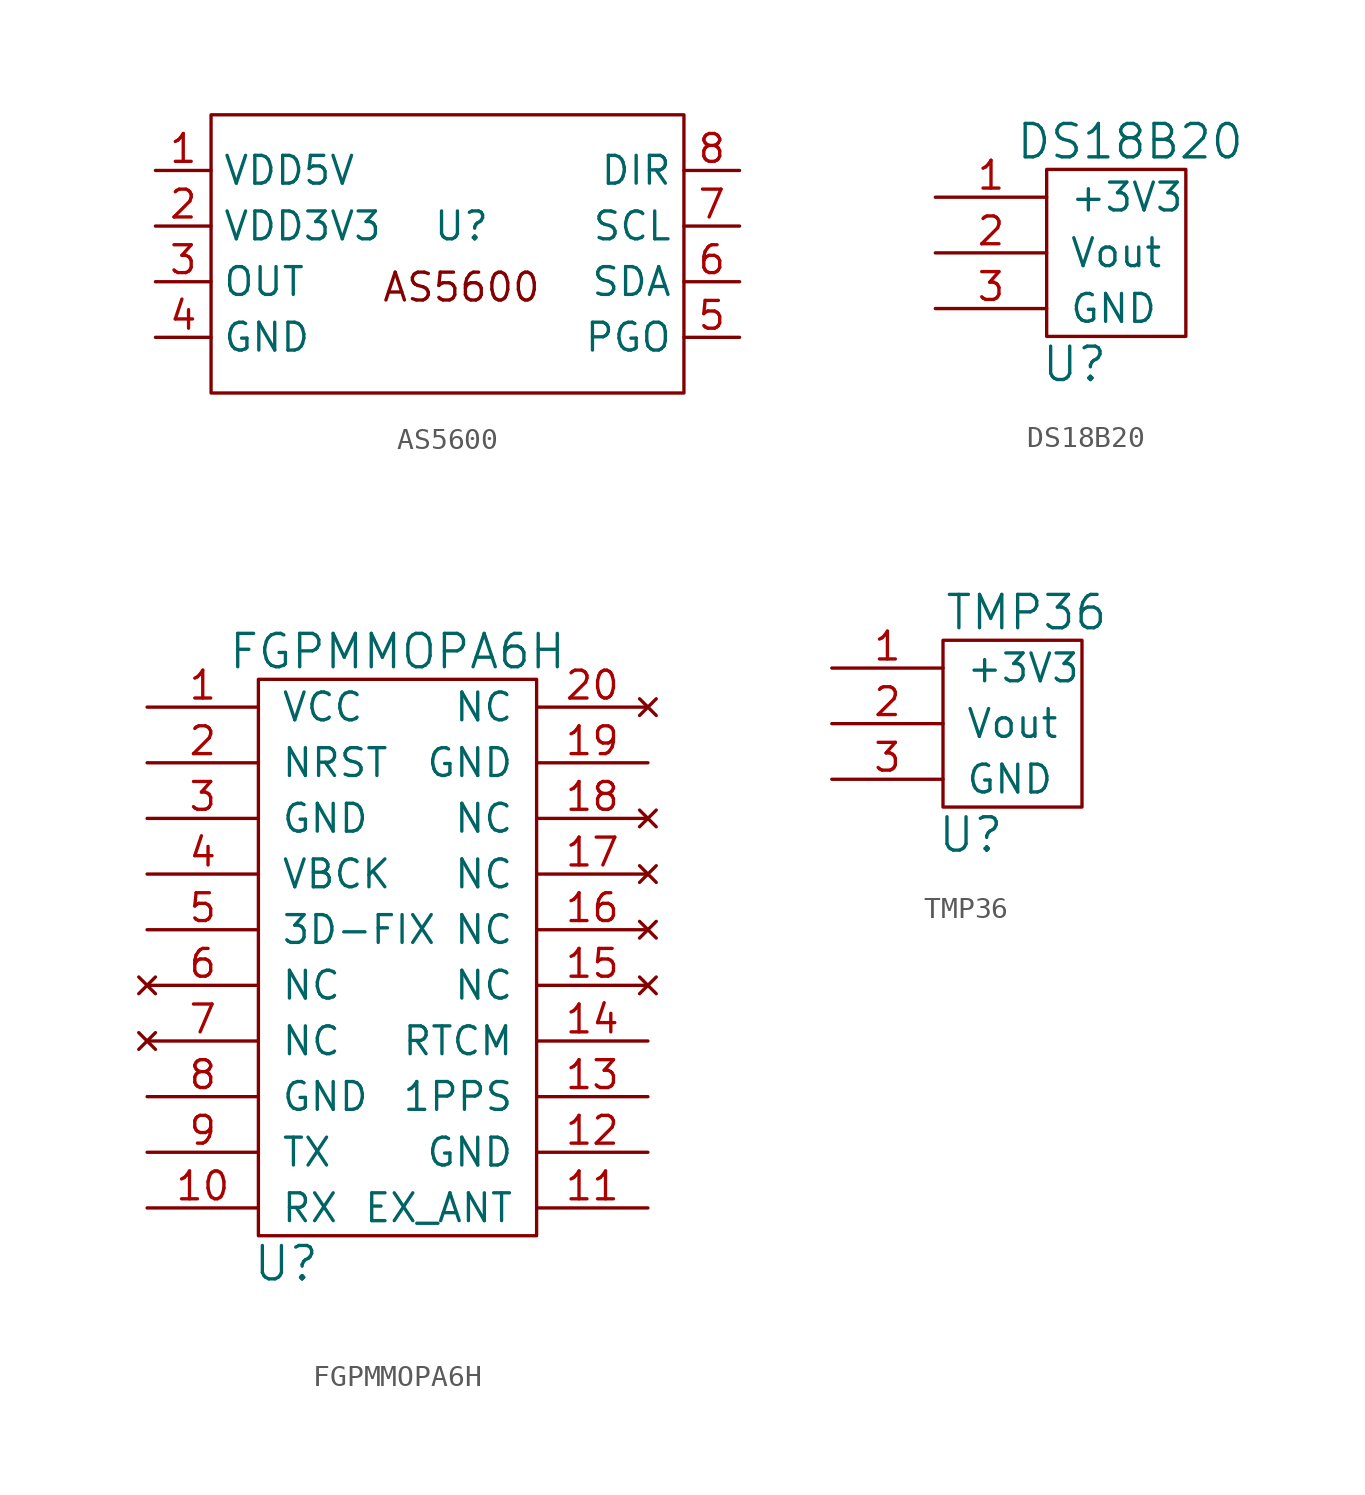
<source format=kicad_sym>
(kicad_symbol_lib
  (version 20231120)
  (generator "kicad_symbol_editor")
  (generator_version "8.0")
  (symbol "AS5600"
    (property "Reference" "U"
      (at 11.43 -5.08 0)
      (effects (font (size 1.27 1.27))))
    (property "Value" ""
      (at 0 -5.08 0)
      (effects (font (size 1.27 1.27))))
    (symbol "AS5600_0_1"
      (rectangle (start 0 0) (end 21.59 -12.7) (stroke (width 0) (type default)) (fill (type none))))
    (symbol "AS5600_1_1"
      (text "AS5600" (at 11.43 -7.874 0) (effects (font (size 1.27 1.27))))
      (pin power_in line (at -2.54 -2.54 0) (length 2.54) (name "VDD5V" (effects (font (size 1.27 1.27)))) (number "1" (effects (font (size 1.27 1.27)))))
      (pin power_in line (at -2.54 -5.08 0) (length 2.54) (name "VDD3V3" (effects (font (size 1.27 1.27)))) (number "2" (effects (font (size 1.27 1.27)))))
      (pin output line (at -2.54 -7.62 0) (length 2.54) (name "OUT" (effects (font (size 1.27 1.27)))) (number "3" (effects (font (size 1.27 1.27)))))
      (pin power_in line (at -2.54 -10.16 0) (length 2.54) (name "GND" (effects (font (size 1.27 1.27)))) (number "4" (effects (font (size 1.27 1.27)))))
      (pin input line (at 24.13 -10.16 180) (length 2.54) (name "PGO" (effects (font (size 1.27 1.27)))) (number "5" (effects (font (size 1.27 1.27)))))
      (pin bidirectional line (at 24.13 -7.62 180) (length 2.54) (name "SDA" (effects (font (size 1.27 1.27)))) (number "6" (effects (font (size 1.27 1.27)))))
      (pin input line (at 24.13 -5.08 180) (length 2.54) (name "SCL" (effects (font (size 1.27 1.27)))) (number "7" (effects (font (size 1.27 1.27)))))
      (pin input line (at 24.13 -2.54 180) (length 2.54) (name "DIR" (effects (font (size 1.27 1.27)))) (number "8" (effects (font (size 1.27 1.27)))))))
  (symbol "DS18B20"
    (pin_names
      (offset 1.016))
    (property "Reference" "U"
      (at 1.27 -1.27 0)
      (effects (font (size 1.524 1.524))))
    (property "Value" "DS18B20"
      (at 3.81 8.89 0)
      (effects (font (size 1.524 1.524))))
    (symbol "DS18B20_0_1"
      (rectangle (start 0 0) (end 6.35 7.62) (stroke (width 0) (type default)) (fill (type none))))
    (symbol "DS18B20_1_1"
      (pin input line (at -5.08 6.35 0) (length 5.08) (name "+3V3" (effects (font (size 1.27 1.27)))) (number "1" (effects (font (size 1.27 1.27)))))
      (pin input line (at -5.08 3.81 0) (length 5.08) (name "Vout" (effects (font (size 1.27 1.27)))) (number "2" (effects (font (size 1.27 1.27)))))
      (pin input line (at -5.08 1.27 0) (length 5.08) (name "GND" (effects (font (size 1.27 1.27)))) (number "3" (effects (font (size 1.27 1.27)))))))
  (symbol "FGPMMOPA6H"
    (pin_names
      (offset 1.016))
    (property "Reference" "U"
      (at 1.27 -1.27 0)
      (effects (font (size 1.524 1.524))))
    (property "Value" "FGPMMOPA6H"
      (at 6.35 26.67 0)
      (effects (font (size 1.524 1.524))))
    (symbol "FGPMMOPA6H_0_1"
      (rectangle (start 0 25.4) (end 12.7 0) (stroke (width 0) (type default)) (fill (type none))))
    (symbol "FGPMMOPA6H_1_1"
      (pin input line (at -5.08 24.13 0) (length 5.08) (name "VCC" (effects (font (size 1.27 1.27)))) (number "1" (effects (font (size 1.27 1.27)))))
      (pin input line (at -5.08 1.27 0) (length 5.08) (name "RX" (effects (font (size 1.27 1.27)))) (number "10" (effects (font (size 1.27 1.27)))))
      (pin input line (at 17.78 1.27 180) (length 5.08) (name "EX_ANT" (effects (font (size 1.27 1.27)))) (number "11" (effects (font (size 1.27 1.27)))))
      (pin input line (at 17.78 3.81 180) (length 5.08) (name "GND" (effects (font (size 1.27 1.27)))) (number "12" (effects (font (size 1.27 1.27)))))
      (pin input line (at 17.78 6.35 180) (length 5.08) (name "1PPS" (effects (font (size 1.27 1.27)))) (number "13" (effects (font (size 1.27 1.27)))))
      (pin input line (at 17.78 8.89 180) (length 5.08) (name "RTCM" (effects (font (size 1.27 1.27)))) (number "14" (effects (font (size 1.27 1.27)))))
      (pin no_connect line (at 17.78 11.43 180) (length 5.08) (name "NC" (effects (font (size 1.27 1.27)))) (number "15" (effects (font (size 1.27 1.27)))))
      (pin no_connect line (at 17.78 13.97 180) (length 5.08) (name "NC" (effects (font (size 1.27 1.27)))) (number "16" (effects (font (size 1.27 1.27)))))
      (pin no_connect line (at 17.78 16.51 180) (length 5.08) (name "NC" (effects (font (size 1.27 1.27)))) (number "17" (effects (font (size 1.27 1.27)))))
      (pin no_connect line (at 17.78 19.05 180) (length 5.08) (name "NC" (effects (font (size 1.27 1.27)))) (number "18" (effects (font (size 1.27 1.27)))))
      (pin input line (at 17.78 21.59 180) (length 5.08) (name "GND" (effects (font (size 1.27 1.27)))) (number "19" (effects (font (size 1.27 1.27)))))
      (pin input line (at -5.08 21.59 0) (length 5.08) (name "NRST" (effects (font (size 1.27 1.27)))) (number "2" (effects (font (size 1.27 1.27)))))
      (pin no_connect line (at 17.78 24.13 180) (length 5.08) (name "NC" (effects (font (size 1.27 1.27)))) (number "20" (effects (font (size 1.27 1.27)))))
      (pin input line (at -5.08 19.05 0) (length 5.08) (name "GND" (effects (font (size 1.27 1.27)))) (number "3" (effects (font (size 1.27 1.27)))))
      (pin input line (at -5.08 16.51 0) (length 5.08) (name "VBCK" (effects (font (size 1.27 1.27)))) (number "4" (effects (font (size 1.27 1.27)))))
      (pin input line (at -5.08 13.97 0) (length 5.08) (name "3D-FIX" (effects (font (size 1.27 1.27)))) (number "5" (effects (font (size 1.27 1.27)))))
      (pin no_connect line (at -5.08 11.43 0) (length 5.08) (name "NC" (effects (font (size 1.27 1.27)))) (number "6" (effects (font (size 1.27 1.27)))))
      (pin no_connect line (at -5.08 8.89 0) (length 5.08) (name "NC" (effects (font (size 1.27 1.27)))) (number "7" (effects (font (size 1.27 1.27)))))
      (pin input line (at -5.08 6.35 0) (length 5.08) (name "GND" (effects (font (size 1.27 1.27)))) (number "8" (effects (font (size 1.27 1.27)))))
      (pin input line (at -5.08 3.81 0) (length 5.08) (name "TX" (effects (font (size 1.27 1.27)))) (number "9" (effects (font (size 1.27 1.27)))))))
  (symbol "TMP36"
    (pin_names
      (offset 1.016))
    (property "Reference" "U"
      (at 1.27 -1.27 0)
      (effects (font (size 1.524 1.524))))
    (property "Value" "TMP36"
      (at 3.81 8.89 0)
      (effects (font (size 1.524 1.524))))
    (symbol "TMP36_0_1"
      (rectangle (start 0 0) (end 6.35 7.62) (stroke (width 0) (type default)) (fill (type none))))
    (symbol "TMP36_1_1"
      (pin input line (at -5.08 6.35 0) (length 5.08) (name "+3V3" (effects (font (size 1.27 1.27)))) (number "1" (effects (font (size 1.27 1.27)))))
      (pin input line (at -5.08 3.81 0) (length 5.08) (name "Vout" (effects (font (size 1.27 1.27)))) (number "2" (effects (font (size 1.27 1.27)))))
      (pin input line (at -5.08 1.27 0) (length 5.08) (name "GND" (effects (font (size 1.27 1.27)))) (number "3" (effects (font (size 1.27 1.27))))))))
</source>
